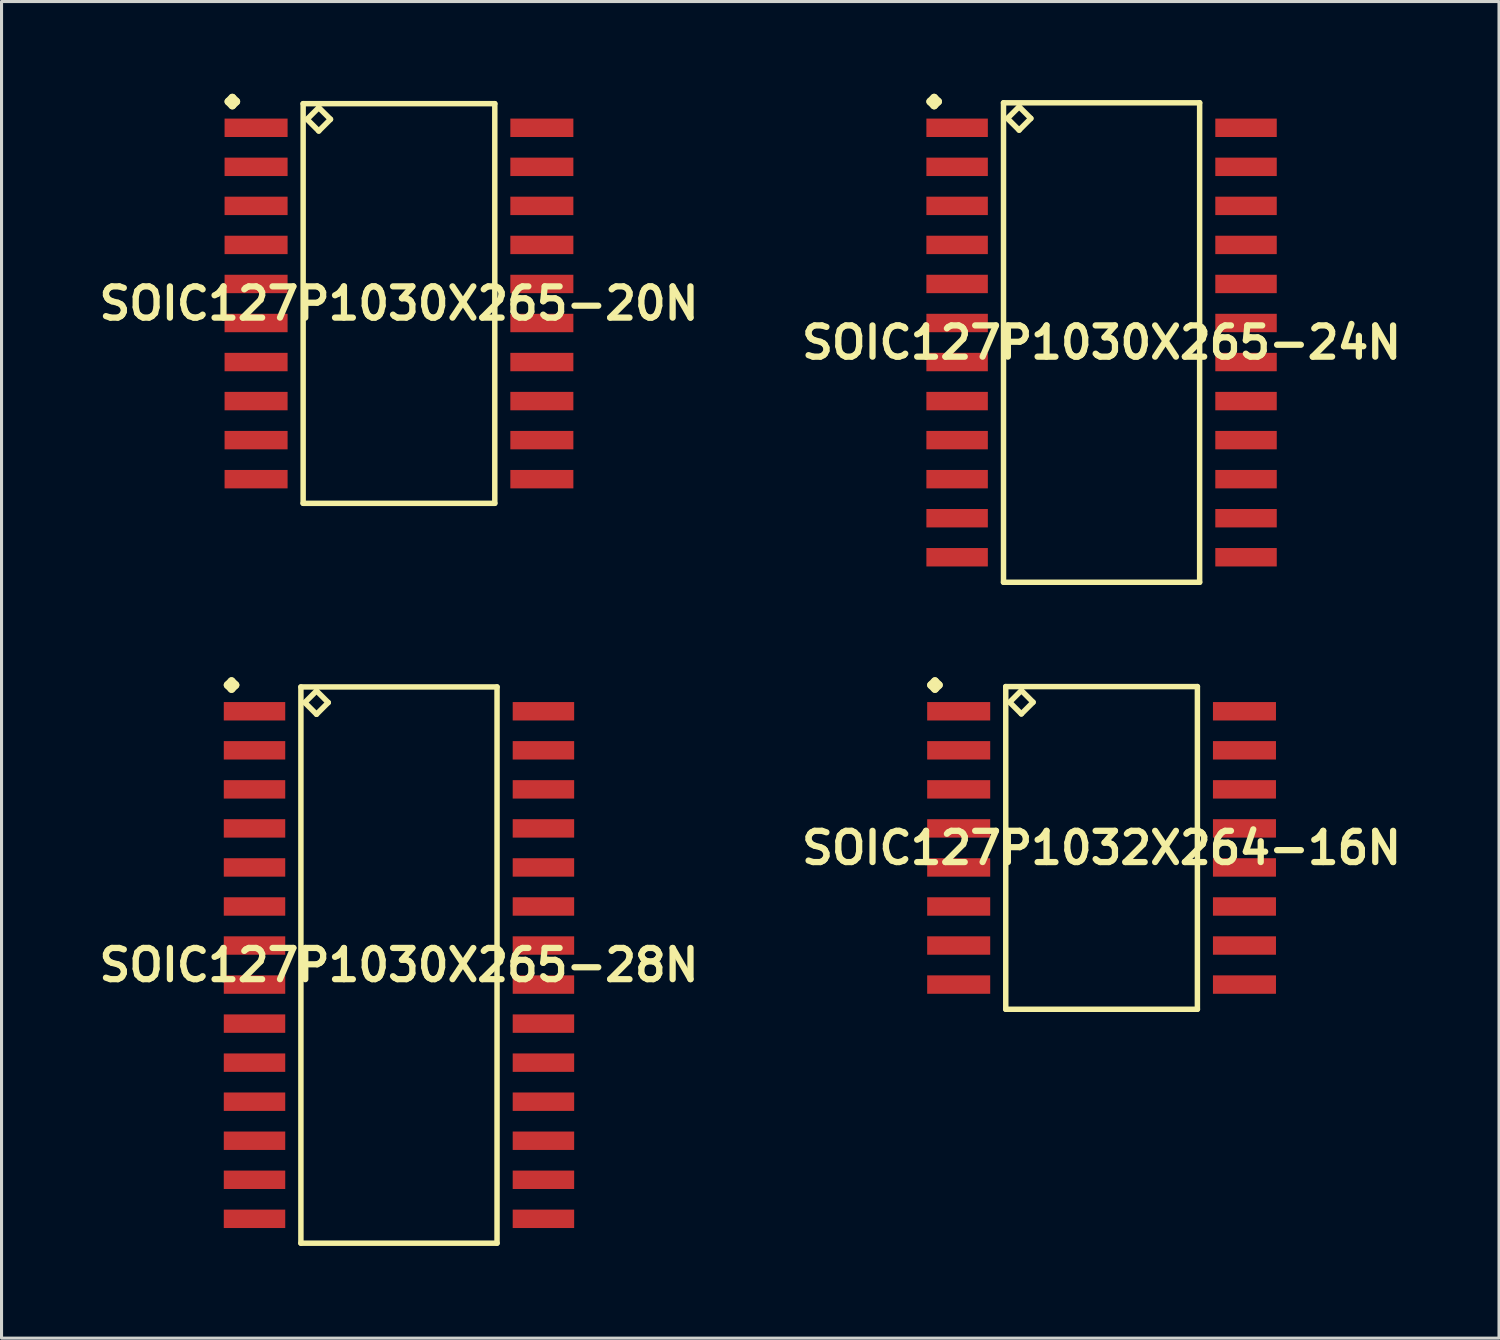
<source format=kicad_pcb>
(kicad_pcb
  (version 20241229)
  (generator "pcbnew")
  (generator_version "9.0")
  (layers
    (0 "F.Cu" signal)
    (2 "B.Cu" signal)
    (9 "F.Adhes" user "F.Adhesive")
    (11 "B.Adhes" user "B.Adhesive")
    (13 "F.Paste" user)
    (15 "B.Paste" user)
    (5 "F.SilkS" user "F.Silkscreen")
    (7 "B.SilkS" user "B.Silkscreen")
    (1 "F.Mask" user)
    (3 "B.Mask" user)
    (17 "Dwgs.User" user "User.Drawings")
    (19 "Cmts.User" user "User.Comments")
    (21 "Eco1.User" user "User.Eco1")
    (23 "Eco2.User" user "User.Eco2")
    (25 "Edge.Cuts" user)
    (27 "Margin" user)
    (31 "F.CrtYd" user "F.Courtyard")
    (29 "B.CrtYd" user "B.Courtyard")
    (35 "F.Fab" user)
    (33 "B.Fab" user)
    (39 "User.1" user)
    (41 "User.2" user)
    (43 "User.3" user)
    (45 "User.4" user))
  (footprint "SOIC127P1030X265-20N"
    (layer "F.Cu")
    (at 9.928 6.822)
    (property "Reference" "SOIC127P1030X265-20N" (at 0 0 0) (layer "F.SilkS") (effects (font (size 1.016 1.016) (thickness 0.203))))
    (attr smd)
    (fp_line (start -5.547 -6.568) (end -5.42 -6.695) (stroke (width 0.254) (type solid)) (layer "F.SilkS"))
    (fp_line (start -5.42 -6.695) (end -5.293 -6.568) (stroke (width 0.254) (type solid)) (layer "F.SilkS"))
    (fp_line (start -5.42 -6.441) (end -5.547 -6.568) (stroke (width 0.254) (type solid)) (layer "F.SilkS"))
    (fp_line (start -5.293 -6.568) (end -5.42 -6.441) (stroke (width 0.254) (type solid)) (layer "F.SilkS"))
    (fp_line (start -3.117 -6.5) (end -3.117 6.5) (stroke (width 0.178) (type solid)) (layer "F.SilkS"))
    (fp_line (start -3.117 6.5) (end 3.117 6.5) (stroke (width 0.178) (type solid)) (layer "F.SilkS"))
    (fp_line (start -2.99 -5.992) (end -2.609 -6.373) (stroke (width 0.178) (type solid)) (layer "F.SilkS"))
    (fp_line (start -2.609 -6.373) (end -2.228 -5.992) (stroke (width 0.178) (type solid)) (layer "F.SilkS"))
    (fp_line (start -2.609 -5.611) (end -2.99 -5.992) (stroke (width 0.178) (type solid)) (layer "F.SilkS"))
    (fp_line (start -2.228 -5.992) (end -2.609 -5.611) (stroke (width 0.178) (type solid)) (layer "F.SilkS"))
    (fp_line (start 3.117 -6.5) (end -3.117 -6.5) (stroke (width 0.178) (type solid)) (layer "F.SilkS"))
    (fp_line (start 3.117 6.5) (end 3.117 -6.5) (stroke (width 0.178) (type solid)) (layer "F.SilkS"))
    (pad "1" smd rect (at -4.648 -5.715) (size 2.05 0.599) (layers "F.Cu" "F.Mask" "F.Paste"))
    (pad "2" smd rect (at -4.648 -4.445) (size 2.05 0.599) (layers "F.Cu" "F.Mask" "F.Paste"))
    (pad "3" smd rect (at -4.648 -3.175) (size 2.05 0.599) (layers "F.Cu" "F.Mask" "F.Paste"))
    (pad "4" smd rect (at -4.648 -1.905) (size 2.05 0.599) (layers "F.Cu" "F.Mask" "F.Paste"))
    (pad "5" smd rect (at -4.648 -0.635) (size 2.05 0.599) (layers "F.Cu" "F.Mask" "F.Paste"))
    (pad "6" smd rect (at -4.648 0.635) (size 2.05 0.599) (layers "F.Cu" "F.Mask" "F.Paste"))
    (pad "7" smd rect (at -4.648 1.905) (size 2.05 0.599) (layers "F.Cu" "F.Mask" "F.Paste"))
    (pad "8" smd rect (at -4.648 3.175) (size 2.05 0.599) (layers "F.Cu" "F.Mask" "F.Paste"))
    (pad "9" smd rect (at -4.648 4.445) (size 2.05 0.599) (layers "F.Cu" "F.Mask" "F.Paste"))
    (pad "10" smd rect (at -4.648 5.715) (size 2.05 0.599) (layers "F.Cu" "F.Mask" "F.Paste"))
    (pad "11" smd rect (at 4.648 5.715) (size 2.05 0.599) (layers "F.Cu" "F.Mask" "F.Paste"))
    (pad "12" smd rect (at 4.648 4.445) (size 2.05 0.599) (layers "F.Cu" "F.Mask" "F.Paste"))
    (pad "13" smd rect (at 4.648 3.175) (size 2.05 0.599) (layers "F.Cu" "F.Mask" "F.Paste"))
    (pad "14" smd rect (at 4.648 1.905) (size 2.05 0.599) (layers "F.Cu" "F.Mask" "F.Paste"))
    (pad "15" smd rect (at 4.648 0.635) (size 2.05 0.599) (layers "F.Cu" "F.Mask" "F.Paste"))
    (pad "16" smd rect (at 4.648 -0.635) (size 2.05 0.599) (layers "F.Cu" "F.Mask" "F.Paste"))
    (pad "17" smd rect (at 4.648 -1.905) (size 2.05 0.599) (layers "F.Cu" "F.Mask" "F.Paste"))
    (pad "18" smd rect (at 4.648 -3.175) (size 2.05 0.599) (layers "F.Cu" "F.Mask" "F.Paste"))
    (pad "19" smd rect (at 4.648 -4.445) (size 2.05 0.599) (layers "F.Cu" "F.Mask" "F.Paste"))
    (pad "20" smd rect (at 4.648 -5.715) (size 2.05 0.599) (layers "F.Cu" "F.Mask" "F.Paste")))
  (footprint "SOIC127P1030X265-28N"
    (layer "F.Cu")
    (at 9.928 28.342)
    (property "Reference" "SOIC127P1030X265-28N" (at 0 0 0) (layer "F.SilkS") (effects (font (size 1.016 1.016) (thickness 0.203))))
    (attr smd)
    (fp_line (start -5.573 -9.108) (end -5.446 -9.235) (stroke (width 0.254) (type solid)) (layer "F.SilkS"))
    (fp_line (start -5.446 -9.235) (end -5.319 -9.108) (stroke (width 0.254) (type solid)) (layer "F.SilkS"))
    (fp_line (start -5.446 -8.981) (end -5.573 -9.108) (stroke (width 0.254) (type solid)) (layer "F.SilkS"))
    (fp_line (start -5.319 -9.108) (end -5.446 -8.981) (stroke (width 0.254) (type solid)) (layer "F.SilkS"))
    (fp_line (start -3.19 -9.047) (end -3.19 9.047) (stroke (width 0.178) (type solid)) (layer "F.SilkS"))
    (fp_line (start -3.19 9.047) (end 3.19 9.047) (stroke (width 0.178) (type solid)) (layer "F.SilkS"))
    (fp_line (start -3.063 -8.539) (end -2.682 -8.92) (stroke (width 0.178) (type solid)) (layer "F.SilkS"))
    (fp_line (start -2.682 -8.92) (end -2.301 -8.539) (stroke (width 0.178) (type solid)) (layer "F.SilkS"))
    (fp_line (start -2.682 -8.158) (end -3.063 -8.539) (stroke (width 0.178) (type solid)) (layer "F.SilkS"))
    (fp_line (start -2.301 -8.539) (end -2.682 -8.158) (stroke (width 0.178) (type solid)) (layer "F.SilkS"))
    (fp_line (start 3.19 -9.047) (end -3.19 -9.047) (stroke (width 0.178) (type solid)) (layer "F.SilkS"))
    (fp_line (start 3.19 9.047) (end 3.19 -9.047) (stroke (width 0.178) (type solid)) (layer "F.SilkS"))
    (pad "1" smd rect (at -4.699 -8.255) (size 1.999 0.599) (layers "F.Cu" "F.Mask" "F.Paste"))
    (pad "2" smd rect (at -4.699 -6.985) (size 1.999 0.599) (layers "F.Cu" "F.Mask" "F.Paste"))
    (pad "3" smd rect (at -4.699 -5.715) (size 1.999 0.599) (layers "F.Cu" "F.Mask" "F.Paste"))
    (pad "4" smd rect (at -4.699 -4.445) (size 1.999 0.599) (layers "F.Cu" "F.Mask" "F.Paste"))
    (pad "5" smd rect (at -4.699 -3.175) (size 1.999 0.599) (layers "F.Cu" "F.Mask" "F.Paste"))
    (pad "6" smd rect (at -4.699 -1.905) (size 1.999 0.599) (layers "F.Cu" "F.Mask" "F.Paste"))
    (pad "7" smd rect (at -4.699 -0.635) (size 1.999 0.599) (layers "F.Cu" "F.Mask" "F.Paste"))
    (pad "8" smd rect (at -4.699 0.635) (size 1.999 0.599) (layers "F.Cu" "F.Mask" "F.Paste"))
    (pad "9" smd rect (at -4.699 1.905) (size 1.999 0.599) (layers "F.Cu" "F.Mask" "F.Paste"))
    (pad "10" smd rect (at -4.699 3.175) (size 1.999 0.599) (layers "F.Cu" "F.Mask" "F.Paste"))
    (pad "11" smd rect (at -4.699 4.445) (size 1.999 0.599) (layers "F.Cu" "F.Mask" "F.Paste"))
    (pad "12" smd rect (at -4.699 5.715) (size 1.999 0.599) (layers "F.Cu" "F.Mask" "F.Paste"))
    (pad "13" smd rect (at -4.699 6.985) (size 1.999 0.599) (layers "F.Cu" "F.Mask" "F.Paste"))
    (pad "14" smd rect (at -4.699 8.255) (size 1.999 0.599) (layers "F.Cu" "F.Mask" "F.Paste"))
    (pad "15" smd rect (at 4.699 8.255) (size 1.999 0.599) (layers "F.Cu" "F.Mask" "F.Paste"))
    (pad "16" smd rect (at 4.699 6.985) (size 1.999 0.599) (layers "F.Cu" "F.Mask" "F.Paste"))
    (pad "17" smd rect (at 4.699 5.715) (size 1.999 0.599) (layers "F.Cu" "F.Mask" "F.Paste"))
    (pad "18" smd rect (at 4.699 4.445) (size 1.999 0.599) (layers "F.Cu" "F.Mask" "F.Paste"))
    (pad "19" smd rect (at 4.699 3.175) (size 1.999 0.599) (layers "F.Cu" "F.Mask" "F.Paste"))
    (pad "20" smd rect (at 4.699 1.905) (size 1.999 0.599) (layers "F.Cu" "F.Mask" "F.Paste"))
    (pad "21" smd rect (at 4.699 0.635) (size 1.999 0.599) (layers "F.Cu" "F.Mask" "F.Paste"))
    (pad "22" smd rect (at 4.699 -0.635) (size 1.999 0.599) (layers "F.Cu" "F.Mask" "F.Paste"))
    (pad "23" smd rect (at 4.699 -1.905) (size 1.999 0.599) (layers "F.Cu" "F.Mask" "F.Paste"))
    (pad "24" smd rect (at 4.699 -3.175) (size 1.999 0.599) (layers "F.Cu" "F.Mask" "F.Paste"))
    (pad "25" smd rect (at 4.699 -4.445) (size 1.999 0.599) (layers "F.Cu" "F.Mask" "F.Paste"))
    (pad "26" smd rect (at 4.699 -5.715) (size 1.999 0.599) (layers "F.Cu" "F.Mask" "F.Paste"))
    (pad "27" smd rect (at 4.699 -6.985) (size 1.999 0.599) (layers "F.Cu" "F.Mask" "F.Paste"))
    (pad "28" smd rect (at 4.699 -8.255) (size 1.999 0.599) (layers "F.Cu" "F.Mask" "F.Paste")))
  (footprint "SOIC127P1030X265-24N"
    (layer "F.Cu")
    (at 32.783 8.092)
    (property "Reference" "SOIC127P1030X265-24N" (at 0 0 0) (layer "F.SilkS") (effects (font (size 1.016 1.016) (thickness 0.203))))
    (attr smd)
    (fp_line (start -5.573 -7.838) (end -5.446 -7.965) (stroke (width 0.254) (type solid)) (layer "F.SilkS"))
    (fp_line (start -5.446 -7.965) (end -5.319 -7.838) (stroke (width 0.254) (type solid)) (layer "F.SilkS"))
    (fp_line (start -5.446 -7.711) (end -5.573 -7.838) (stroke (width 0.254) (type solid)) (layer "F.SilkS"))
    (fp_line (start -5.319 -7.838) (end -5.446 -7.711) (stroke (width 0.254) (type solid)) (layer "F.SilkS"))
    (fp_line (start -3.19 -7.798) (end -3.19 7.798) (stroke (width 0.178) (type solid)) (layer "F.SilkS"))
    (fp_line (start -3.19 7.798) (end 3.19 7.798) (stroke (width 0.178) (type solid)) (layer "F.SilkS"))
    (fp_line (start -3.063 -7.29) (end -2.682 -7.671) (stroke (width 0.178) (type solid)) (layer "F.SilkS"))
    (fp_line (start -2.682 -7.671) (end -2.301 -7.29) (stroke (width 0.178) (type solid)) (layer "F.SilkS"))
    (fp_line (start -2.682 -6.909) (end -3.063 -7.29) (stroke (width 0.178) (type solid)) (layer "F.SilkS"))
    (fp_line (start -2.301 -7.29) (end -2.682 -6.909) (stroke (width 0.178) (type solid)) (layer "F.SilkS"))
    (fp_line (start 3.19 -7.798) (end -3.19 -7.798) (stroke (width 0.178) (type solid)) (layer "F.SilkS"))
    (fp_line (start 3.19 7.798) (end 3.19 -7.798) (stroke (width 0.178) (type solid)) (layer "F.SilkS"))
    (pad "1" smd rect (at -4.699 -6.985) (size 1.999 0.599) (layers "F.Cu" "F.Mask" "F.Paste"))
    (pad "2" smd rect (at -4.699 -5.715) (size 1.999 0.599) (layers "F.Cu" "F.Mask" "F.Paste"))
    (pad "3" smd rect (at -4.699 -4.445) (size 1.999 0.599) (layers "F.Cu" "F.Mask" "F.Paste"))
    (pad "4" smd rect (at -4.699 -3.175) (size 1.999 0.599) (layers "F.Cu" "F.Mask" "F.Paste"))
    (pad "5" smd rect (at -4.699 -1.905) (size 1.999 0.599) (layers "F.Cu" "F.Mask" "F.Paste"))
    (pad "6" smd rect (at -4.699 -0.635) (size 1.999 0.599) (layers "F.Cu" "F.Mask" "F.Paste"))
    (pad "7" smd rect (at -4.699 0.635) (size 1.999 0.599) (layers "F.Cu" "F.Mask" "F.Paste"))
    (pad "8" smd rect (at -4.699 1.905) (size 1.999 0.599) (layers "F.Cu" "F.Mask" "F.Paste"))
    (pad "9" smd rect (at -4.699 3.175) (size 1.999 0.599) (layers "F.Cu" "F.Mask" "F.Paste"))
    (pad "10" smd rect (at -4.699 4.445) (size 1.999 0.599) (layers "F.Cu" "F.Mask" "F.Paste"))
    (pad "11" smd rect (at -4.699 5.715) (size 1.999 0.599) (layers "F.Cu" "F.Mask" "F.Paste"))
    (pad "12" smd rect (at -4.699 6.985) (size 1.999 0.599) (layers "F.Cu" "F.Mask" "F.Paste"))
    (pad "13" smd rect (at 4.699 6.985) (size 1.999 0.599) (layers "F.Cu" "F.Mask" "F.Paste"))
    (pad "14" smd rect (at 4.699 5.715) (size 1.999 0.599) (layers "F.Cu" "F.Mask" "F.Paste"))
    (pad "15" smd rect (at 4.699 4.445) (size 1.999 0.599) (layers "F.Cu" "F.Mask" "F.Paste"))
    (pad "16" smd rect (at 4.699 3.175) (size 1.999 0.599) (layers "F.Cu" "F.Mask" "F.Paste"))
    (pad "17" smd rect (at 4.699 1.905) (size 1.999 0.599) (layers "F.Cu" "F.Mask" "F.Paste"))
    (pad "18" smd rect (at 4.699 0.635) (size 1.999 0.599) (layers "F.Cu" "F.Mask" "F.Paste"))
    (pad "19" smd rect (at 4.699 -0.635) (size 1.999 0.599) (layers "F.Cu" "F.Mask" "F.Paste"))
    (pad "20" smd rect (at 4.699 -1.905) (size 1.999 0.599) (layers "F.Cu" "F.Mask" "F.Paste"))
    (pad "21" smd rect (at 4.699 -3.175) (size 1.999 0.599) (layers "F.Cu" "F.Mask" "F.Paste"))
    (pad "22" smd rect (at 4.699 -4.445) (size 1.999 0.599) (layers "F.Cu" "F.Mask" "F.Paste"))
    (pad "23" smd rect (at 4.699 -5.715) (size 1.999 0.599) (layers "F.Cu" "F.Mask" "F.Paste"))
    (pad "24" smd rect (at 4.699 -6.985) (size 1.999 0.599) (layers "F.Cu" "F.Mask" "F.Paste")))
  (footprint "SOIC127P1032X264-16N"
    (layer "F.Cu")
    (at 32.783 24.532)
    (property "Reference" "SOIC127P1032X264-16N" (at 0 0 0) (layer "F.SilkS") (effects (font (size 1.016 1.016) (thickness 0.203))))
    (attr smd)
    (fp_line (start -5.547 -5.298) (end -5.42 -5.425) (stroke (width 0.254) (type solid)) (layer "F.SilkS"))
    (fp_line (start -5.42 -5.425) (end -5.293 -5.298) (stroke (width 0.254) (type solid)) (layer "F.SilkS"))
    (fp_line (start -5.42 -5.171) (end -5.547 -5.298) (stroke (width 0.254) (type solid)) (layer "F.SilkS"))
    (fp_line (start -5.293 -5.298) (end -5.42 -5.171) (stroke (width 0.254) (type solid)) (layer "F.SilkS"))
    (fp_line (start -3.117 -5.248) (end -3.117 5.248) (stroke (width 0.178) (type solid)) (layer "F.SilkS"))
    (fp_line (start -3.117 5.248) (end 3.117 5.248) (stroke (width 0.178) (type solid)) (layer "F.SilkS"))
    (fp_line (start -2.99 -4.74) (end -2.609 -5.121) (stroke (width 0.178) (type solid)) (layer "F.SilkS"))
    (fp_line (start -2.609 -5.121) (end -2.228 -4.74) (stroke (width 0.178) (type solid)) (layer "F.SilkS"))
    (fp_line (start -2.609 -4.359) (end -2.99 -4.74) (stroke (width 0.178) (type solid)) (layer "F.SilkS"))
    (fp_line (start -2.228 -4.74) (end -2.609 -4.359) (stroke (width 0.178) (type solid)) (layer "F.SilkS"))
    (fp_line (start 3.117 -5.248) (end -3.117 -5.248) (stroke (width 0.178) (type solid)) (layer "F.SilkS"))
    (fp_line (start 3.117 5.248) (end 3.117 -5.248) (stroke (width 0.178) (type solid)) (layer "F.SilkS"))
    (pad "1" smd rect (at -4.648 -4.445) (size 2.05 0.599) (layers "F.Cu" "F.Mask" "F.Paste"))
    (pad "2" smd rect (at -4.648 -3.175) (size 2.05 0.599) (layers "F.Cu" "F.Mask" "F.Paste"))
    (pad "3" smd rect (at -4.648 -1.905) (size 2.05 0.599) (layers "F.Cu" "F.Mask" "F.Paste"))
    (pad "4" smd rect (at -4.648 -0.635) (size 2.05 0.599) (layers "F.Cu" "F.Mask" "F.Paste"))
    (pad "5" smd rect (at -4.648 0.635) (size 2.05 0.599) (layers "F.Cu" "F.Mask" "F.Paste"))
    (pad "6" smd rect (at -4.648 1.905) (size 2.05 0.599) (layers "F.Cu" "F.Mask" "F.Paste"))
    (pad "7" smd rect (at -4.648 3.175) (size 2.05 0.599) (layers "F.Cu" "F.Mask" "F.Paste"))
    (pad "8" smd rect (at -4.648 4.445) (size 2.05 0.599) (layers "F.Cu" "F.Mask" "F.Paste"))
    (pad "9" smd rect (at 4.648 4.445) (size 2.05 0.599) (layers "F.Cu" "F.Mask" "F.Paste"))
    (pad "10" smd rect (at 4.648 3.175) (size 2.05 0.599) (layers "F.Cu" "F.Mask" "F.Paste"))
    (pad "11" smd rect (at 4.648 1.905) (size 2.05 0.599) (layers "F.Cu" "F.Mask" "F.Paste"))
    (pad "12" smd rect (at 4.648 0.635) (size 2.05 0.599) (layers "F.Cu" "F.Mask" "F.Paste"))
    (pad "13" smd rect (at 4.648 -0.635) (size 2.05 0.599) (layers "F.Cu" "F.Mask" "F.Paste"))
    (pad "14" smd rect (at 4.648 -1.905) (size 2.05 0.599) (layers "F.Cu" "F.Mask" "F.Paste"))
    (pad "15" smd rect (at 4.648 -3.175) (size 2.05 0.599) (layers "F.Cu" "F.Mask" "F.Paste"))
    (pad "16" smd rect (at 4.648 -4.445) (size 2.05 0.599) (layers "F.Cu" "F.Mask" "F.Paste")))
  (gr_rect
    (start -3 -3)
    (end 45.711 40.478)
    (stroke (width 0.1) (type default))
    (fill no)
    (layer "Edge.Cuts")))
</source>
